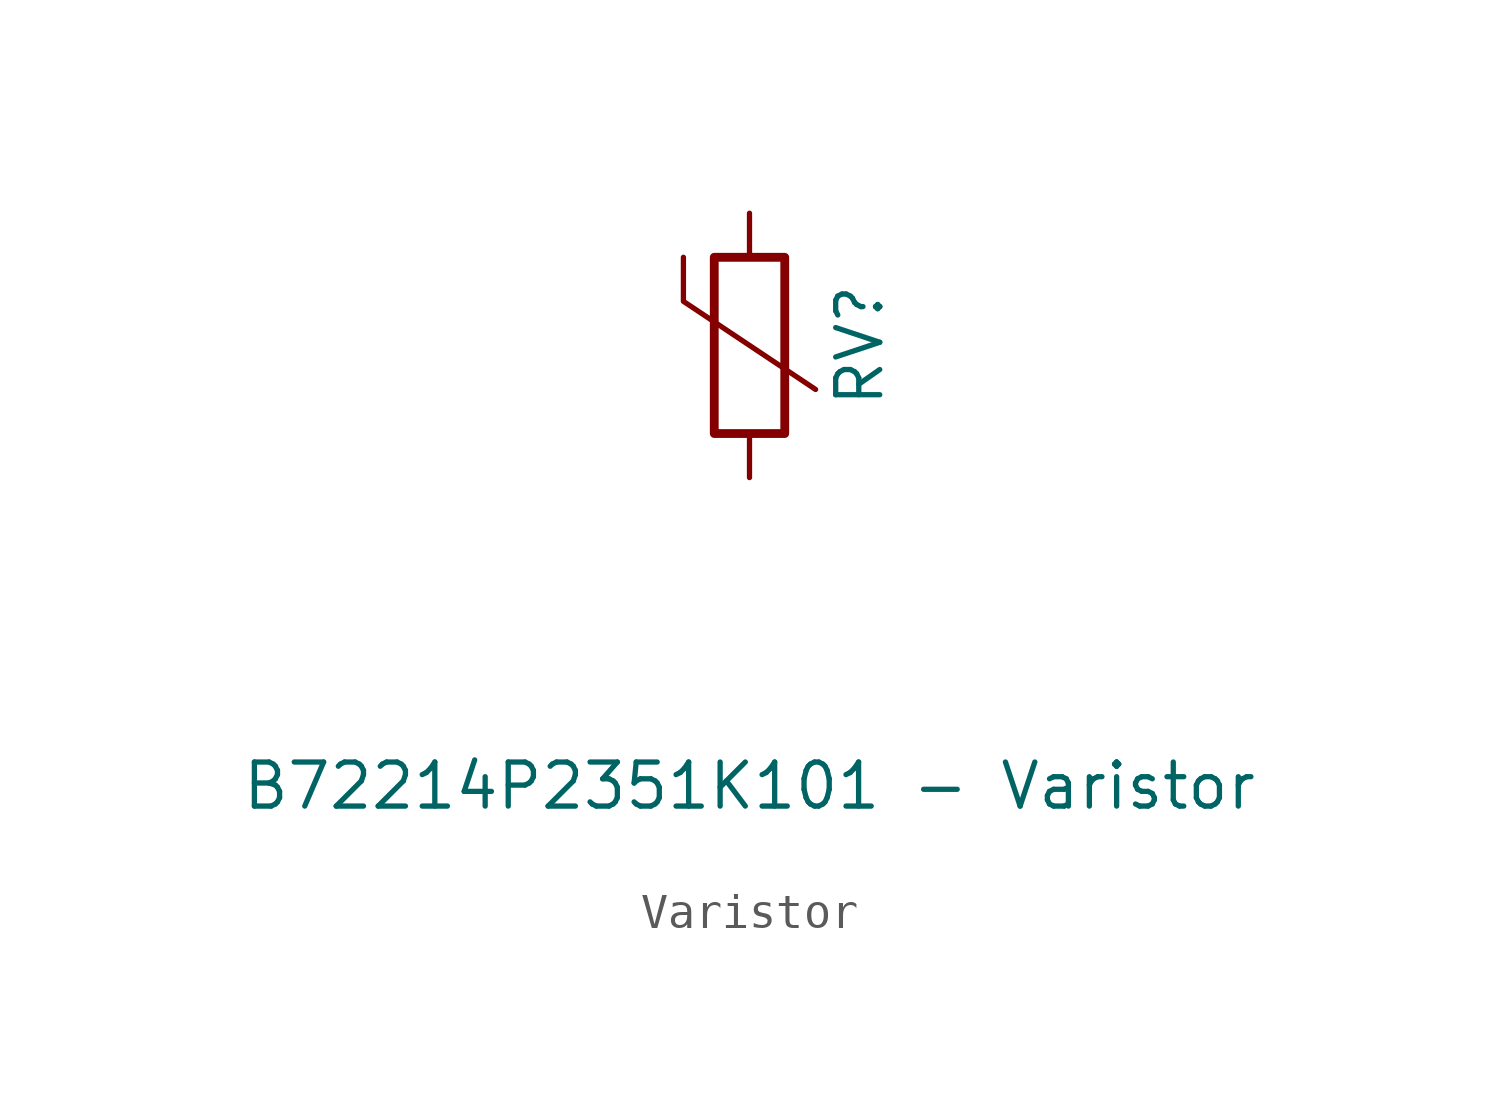
<source format=kicad_sym>
(kicad_symbol_lib
  (version 20231120)
  (generator "kicad_symbol_editor")
  (generator_version "8.0")
  (symbol "Varistor"
    (pin_numbers hide)
    (pin_names
      (offset 0))
    (property "Reference" "RV"
      (at 3.175 0 90)
      (effects (font (size 1.27 1.27))))
    (property "Value" "B72214P2351K101 - Varistor"
      (at 0 -12.7 0)
      (effects (font (size 1.27 1.27))))
    (symbol "Varistor_0_1"
      (rectangle (start -1.016 -2.54) (end 1.016 2.54) (stroke (width 0.254) (type default)) (fill (type none)))
      (polyline (pts (xy -1.905 2.54) (xy -1.905 1.27) (xy 1.905 -1.27)) (stroke (width 0) (type default)) (fill (type none))))
    (symbol "Varistor_1_1"
      (pin passive line (at 0 3.81 270) (length 1.27) (name "~" (effects (font (size 1.27 1.27)))) (number "1" (effects (font (size 1.27 1.27)))))
      (pin passive line (at 0 -3.81 90) (length 1.27) (name "~" (effects (font (size 1.27 1.27)))) (number "2" (effects (font (size 1.27 1.27))))))))
</source>
